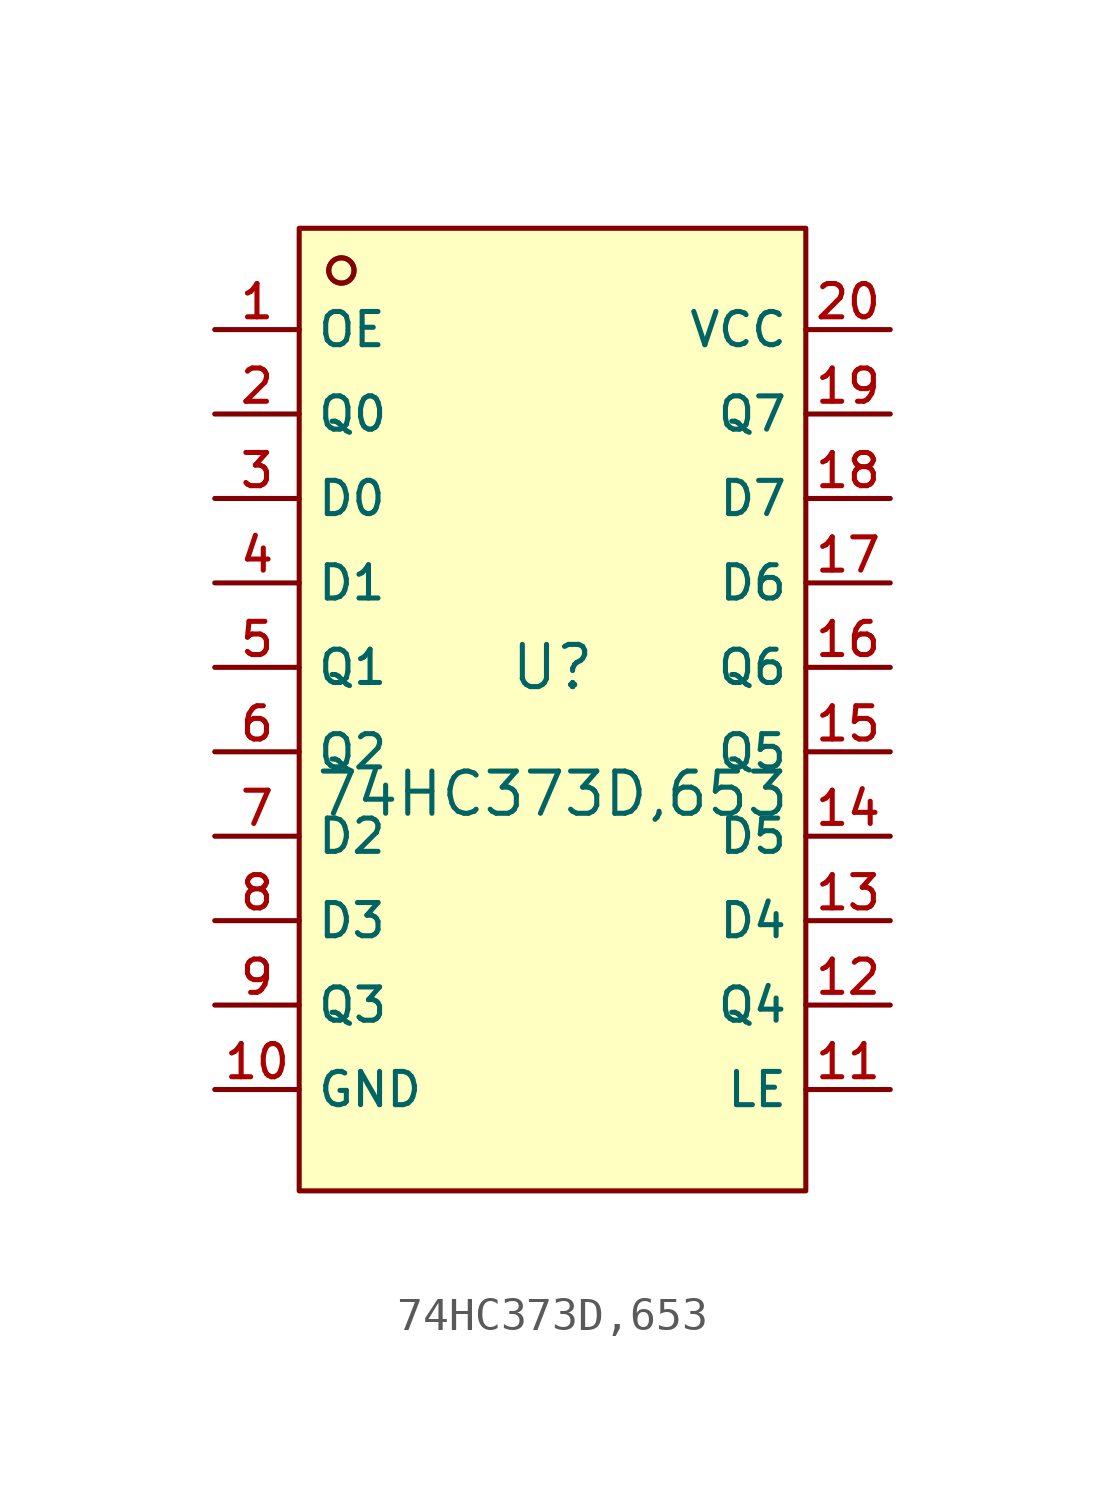
<source format=kicad_sym>
(kicad_symbol_lib
  (version 20210201)
  (generator TousstNicolas/JLC2KiCad_lib)
  (symbol "74HC373D,653"
    (property "Reference" "U"
      (at 0 1.27 0)
      (effects (font (size 1.27 1.27))))
    (property "Value" "74HC373D,653"
      (at 0 -2.54 0)
      (effects (font (size 1.27 1.27))))
    (symbol "74HC373D,653_0_1"
      (circle (center -6.35 13.208) (radius 0.381) (stroke (width 0) (type default) (color 0 0 0 0)) (fill (type background)))
      (rectangle (start -7.62 14.478) (end 7.62 -14.478) (stroke (width 0) (type default) (color 0 0 0 0)) (fill (type background)))
      (circle (center -6.35 13.208) (radius 0.381) (stroke (width 0) (type default) (color 0 0 0 0)) (fill (type background)))
      (pin unspecified line (at -10.16 11.43 0) (length 2.54) (name "OE" (effects (font (size 1 1)))) (number "1" (effects (font (size 1 1)))))
      (pin unspecified line (at -10.16 8.89 0) (length 2.54) (name "Q0" (effects (font (size 1 1)))) (number "2" (effects (font (size 1 1)))))
      (pin unspecified line (at -10.16 6.35 0) (length 2.54) (name "D0" (effects (font (size 1 1)))) (number "3" (effects (font (size 1 1)))))
      (pin unspecified line (at -10.16 3.81 0) (length 2.54) (name "D1" (effects (font (size 1 1)))) (number "4" (effects (font (size 1 1)))))
      (pin unspecified line (at -10.16 1.27 0) (length 2.54) (name "Q1" (effects (font (size 1 1)))) (number "5" (effects (font (size 1 1)))))
      (pin unspecified line (at -10.16 -1.27 0) (length 2.54) (name "Q2" (effects (font (size 1 1)))) (number "6" (effects (font (size 1 1)))))
      (pin unspecified line (at -10.16 -3.81 0) (length 2.54) (name "D2" (effects (font (size 1 1)))) (number "7" (effects (font (size 1 1)))))
      (pin unspecified line (at -10.16 -6.35 0) (length 2.54) (name "D3" (effects (font (size 1 1)))) (number "8" (effects (font (size 1 1)))))
      (pin unspecified line (at -10.16 -8.89 0) (length 2.54) (name "Q3" (effects (font (size 1 1)))) (number "9" (effects (font (size 1 1)))))
      (pin unspecified line (at -10.16 -11.43 0) (length 2.54) (name "GND" (effects (font (size 1 1)))) (number "10" (effects (font (size 1 1)))))
      (pin unspecified line (at 10.16 -11.43 180) (length 2.54) (name "LE" (effects (font (size 1 1)))) (number "11" (effects (font (size 1 1)))))
      (pin unspecified line (at 10.16 -8.89 180) (length 2.54) (name "Q4" (effects (font (size 1 1)))) (number "12" (effects (font (size 1 1)))))
      (pin unspecified line (at 10.16 -6.35 180) (length 2.54) (name "D4" (effects (font (size 1 1)))) (number "13" (effects (font (size 1 1)))))
      (pin unspecified line (at 10.16 -3.81 180) (length 2.54) (name "D5" (effects (font (size 1 1)))) (number "14" (effects (font (size 1 1)))))
      (pin unspecified line (at 10.16 -1.27 180) (length 2.54) (name "Q5" (effects (font (size 1 1)))) (number "15" (effects (font (size 1 1)))))
      (pin unspecified line (at 10.16 1.27 180) (length 2.54) (name "Q6" (effects (font (size 1 1)))) (number "16" (effects (font (size 1 1)))))
      (pin unspecified line (at 10.16 3.81 180) (length 2.54) (name "D6" (effects (font (size 1 1)))) (number "17" (effects (font (size 1 1)))))
      (pin unspecified line (at 10.16 6.35 180) (length 2.54) (name "D7" (effects (font (size 1 1)))) (number "18" (effects (font (size 1 1)))))
      (pin unspecified line (at 10.16 8.89 180) (length 2.54) (name "Q7" (effects (font (size 1 1)))) (number "19" (effects (font (size 1 1)))))
      (pin unspecified line (at 10.16 11.43 180) (length 2.54) (name "VCC" (effects (font (size 1 1)))) (number "20" (effects (font (size 1 1))))))))
</source>
